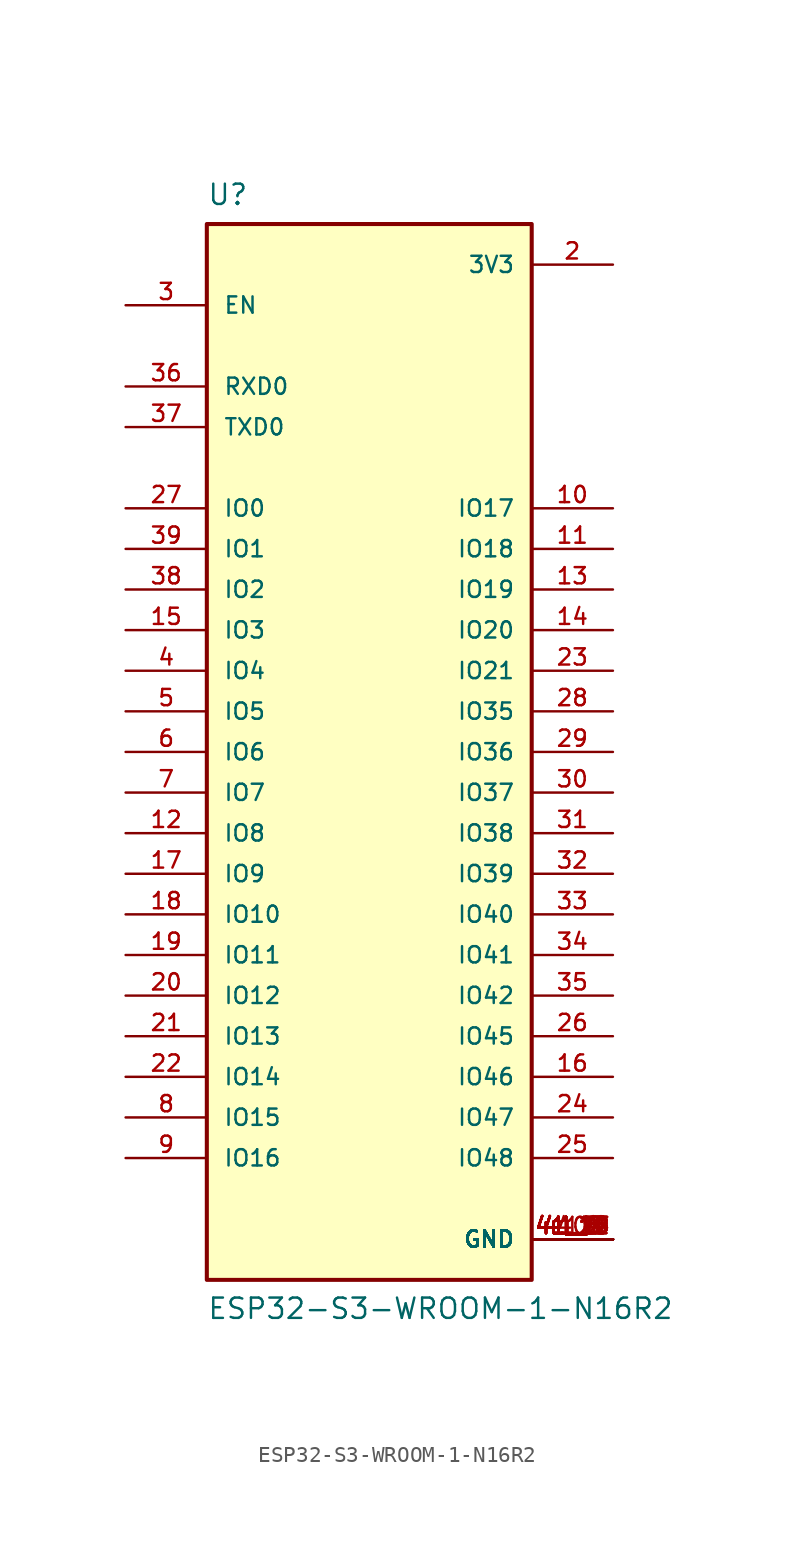
<source format=kicad_sym>
(kicad_symbol_lib
  (version 20220914)
  (generator kicad_symbol_editor)
  (symbol "ESP32-S3-WROOM-1-N16R2"
    (pin_names
      (offset 1.016))
    (property "Reference" "U"
      (at -10.16 34.112 0)
      (effects (font (size 1.27 1.27)) (justify left bottom)))
    (property "Value" "ESP32-S3-WROOM-1-N16R2"
      (at -10.16 -35.56 0)
      (effects (font (size 1.27 1.27)) (justify left bottom)))
    (symbol "ESP32-S3-WROOM-1-N16R2_0_0"
      (rectangle (start -10.16 -33.02) (end 10.16 33.02) (stroke (width 0.254) (type default)) (fill (type background)))
      (pin power_in line (at 15.24 -30.48 180) (length 5.08) (name "GND" (effects (font (size 1.016 1.016)))) (number "1" (effects (font (size 1.016 1.016)))))
      (pin bidirectional line (at 15.24 15.24 180) (length 5.08) (name "IO17" (effects (font (size 1.016 1.016)))) (number "10" (effects (font (size 1.016 1.016)))))
      (pin bidirectional line (at 15.24 12.7 180) (length 5.08) (name "IO18" (effects (font (size 1.016 1.016)))) (number "11" (effects (font (size 1.016 1.016)))))
      (pin bidirectional line (at -15.24 -5.08 0) (length 5.08) (name "IO8" (effects (font (size 1.016 1.016)))) (number "12" (effects (font (size 1.016 1.016)))))
      (pin bidirectional line (at 15.24 10.16 180) (length 5.08) (name "IO19" (effects (font (size 1.016 1.016)))) (number "13" (effects (font (size 1.016 1.016)))))
      (pin bidirectional line (at 15.24 7.62 180) (length 5.08) (name "IO20" (effects (font (size 1.016 1.016)))) (number "14" (effects (font (size 1.016 1.016)))))
      (pin bidirectional line (at -15.24 7.62 0) (length 5.08) (name "IO3" (effects (font (size 1.016 1.016)))) (number "15" (effects (font (size 1.016 1.016)))))
      (pin bidirectional line (at 15.24 -20.32 180) (length 5.08) (name "IO46" (effects (font (size 1.016 1.016)))) (number "16" (effects (font (size 1.016 1.016)))))
      (pin bidirectional line (at -15.24 -7.62 0) (length 5.08) (name "IO9" (effects (font (size 1.016 1.016)))) (number "17" (effects (font (size 1.016 1.016)))))
      (pin bidirectional line (at -15.24 -10.16 0) (length 5.08) (name "IO10" (effects (font (size 1.016 1.016)))) (number "18" (effects (font (size 1.016 1.016)))))
      (pin bidirectional line (at -15.24 -12.7 0) (length 5.08) (name "IO11" (effects (font (size 1.016 1.016)))) (number "19" (effects (font (size 1.016 1.016)))))
      (pin power_in line (at 15.24 30.48 180) (length 5.08) (name "3V3" (effects (font (size 1.016 1.016)))) (number "2" (effects (font (size 1.016 1.016)))))
      (pin bidirectional line (at -15.24 -15.24 0) (length 5.08) (name "IO12" (effects (font (size 1.016 1.016)))) (number "20" (effects (font (size 1.016 1.016)))))
      (pin bidirectional line (at -15.24 -17.78 0) (length 5.08) (name "IO13" (effects (font (size 1.016 1.016)))) (number "21" (effects (font (size 1.016 1.016)))))
      (pin bidirectional line (at -15.24 -20.32 0) (length 5.08) (name "IO14" (effects (font (size 1.016 1.016)))) (number "22" (effects (font (size 1.016 1.016)))))
      (pin bidirectional line (at 15.24 5.08 180) (length 5.08) (name "IO21" (effects (font (size 1.016 1.016)))) (number "23" (effects (font (size 1.016 1.016)))))
      (pin bidirectional line (at 15.24 -22.86 180) (length 5.08) (name "IO47" (effects (font (size 1.016 1.016)))) (number "24" (effects (font (size 1.016 1.016)))))
      (pin bidirectional line (at 15.24 -25.4 180) (length 5.08) (name "IO48" (effects (font (size 1.016 1.016)))) (number "25" (effects (font (size 1.016 1.016)))))
      (pin bidirectional line (at 15.24 -17.78 180) (length 5.08) (name "IO45" (effects (font (size 1.016 1.016)))) (number "26" (effects (font (size 1.016 1.016)))))
      (pin bidirectional line (at -15.24 15.24 0) (length 5.08) (name "IO0" (effects (font (size 1.016 1.016)))) (number "27" (effects (font (size 1.016 1.016)))))
      (pin bidirectional line (at 15.24 2.54 180) (length 5.08) (name "IO35" (effects (font (size 1.016 1.016)))) (number "28" (effects (font (size 1.016 1.016)))))
      (pin bidirectional line (at 15.24 0 180) (length 5.08) (name "IO36" (effects (font (size 1.016 1.016)))) (number "29" (effects (font (size 1.016 1.016)))))
      (pin input line (at -15.24 27.94 0) (length 5.08) (name "EN" (effects (font (size 1.016 1.016)))) (number "3" (effects (font (size 1.016 1.016)))))
      (pin bidirectional line (at 15.24 -2.54 180) (length 5.08) (name "IO37" (effects (font (size 1.016 1.016)))) (number "30" (effects (font (size 1.016 1.016)))))
      (pin bidirectional line (at 15.24 -5.08 180) (length 5.08) (name "IO38" (effects (font (size 1.016 1.016)))) (number "31" (effects (font (size 1.016 1.016)))))
      (pin bidirectional line (at 15.24 -7.62 180) (length 5.08) (name "IO39" (effects (font (size 1.016 1.016)))) (number "32" (effects (font (size 1.016 1.016)))))
      (pin bidirectional line (at 15.24 -10.16 180) (length 5.08) (name "IO40" (effects (font (size 1.016 1.016)))) (number "33" (effects (font (size 1.016 1.016)))))
      (pin bidirectional line (at 15.24 -12.7 180) (length 5.08) (name "IO41" (effects (font (size 1.016 1.016)))) (number "34" (effects (font (size 1.016 1.016)))))
      (pin bidirectional line (at 15.24 -15.24 180) (length 5.08) (name "IO42" (effects (font (size 1.016 1.016)))) (number "35" (effects (font (size 1.016 1.016)))))
      (pin bidirectional line (at -15.24 22.86 0) (length 5.08) (name "RXD0" (effects (font (size 1.016 1.016)))) (number "36" (effects (font (size 1.016 1.016)))))
      (pin bidirectional line (at -15.24 20.32 0) (length 5.08) (name "TXD0" (effects (font (size 1.016 1.016)))) (number "37" (effects (font (size 1.016 1.016)))))
      (pin bidirectional line (at -15.24 10.16 0) (length 5.08) (name "IO2" (effects (font (size 1.016 1.016)))) (number "38" (effects (font (size 1.016 1.016)))))
      (pin bidirectional line (at -15.24 12.7 0) (length 5.08) (name "IO1" (effects (font (size 1.016 1.016)))) (number "39" (effects (font (size 1.016 1.016)))))
      (pin bidirectional line (at -15.24 5.08 0) (length 5.08) (name "IO4" (effects (font (size 1.016 1.016)))) (number "4" (effects (font (size 1.016 1.016)))))
      (pin power_in line (at 15.24 -30.48 180) (length 5.08) (name "GND" (effects (font (size 1.016 1.016)))) (number "40" (effects (font (size 1.016 1.016)))))
      (pin power_in line (at 15.24 -30.48 180) (length 5.08) (name "GND" (effects (font (size 1.016 1.016)))) (number "41_1" (effects (font (size 1.016 1.016)))))
      (pin power_in line (at 15.24 -30.48 180) (length 5.08) (name "GND" (effects (font (size 1.016 1.016)))) (number "41_2" (effects (font (size 1.016 1.016)))))
      (pin power_in line (at 15.24 -30.48 180) (length 5.08) (name "GND" (effects (font (size 1.016 1.016)))) (number "41_3" (effects (font (size 1.016 1.016)))))
      (pin power_in line (at 15.24 -30.48 180) (length 5.08) (name "GND" (effects (font (size 1.016 1.016)))) (number "41_4" (effects (font (size 1.016 1.016)))))
      (pin power_in line (at 15.24 -30.48 180) (length 5.08) (name "GND" (effects (font (size 1.016 1.016)))) (number "41_5" (effects (font (size 1.016 1.016)))))
      (pin power_in line (at 15.24 -30.48 180) (length 5.08) (name "GND" (effects (font (size 1.016 1.016)))) (number "41_6" (effects (font (size 1.016 1.016)))))
      (pin power_in line (at 15.24 -30.48 180) (length 5.08) (name "GND" (effects (font (size 1.016 1.016)))) (number "41_7" (effects (font (size 1.016 1.016)))))
      (pin power_in line (at 15.24 -30.48 180) (length 5.08) (name "GND" (effects (font (size 1.016 1.016)))) (number "41_8" (effects (font (size 1.016 1.016)))))
      (pin power_in line (at 15.24 -30.48 180) (length 5.08) (name "GND" (effects (font (size 1.016 1.016)))) (number "41_9" (effects (font (size 1.016 1.016)))))
      (pin bidirectional line (at -15.24 2.54 0) (length 5.08) (name "IO5" (effects (font (size 1.016 1.016)))) (number "5" (effects (font (size 1.016 1.016)))))
      (pin bidirectional line (at -15.24 0 0) (length 5.08) (name "IO6" (effects (font (size 1.016 1.016)))) (number "6" (effects (font (size 1.016 1.016)))))
      (pin bidirectional line (at -15.24 -2.54 0) (length 5.08) (name "IO7" (effects (font (size 1.016 1.016)))) (number "7" (effects (font (size 1.016 1.016)))))
      (pin bidirectional line (at -15.24 -22.86 0) (length 5.08) (name "IO15" (effects (font (size 1.016 1.016)))) (number "8" (effects (font (size 1.016 1.016)))))
      (pin bidirectional line (at -15.24 -25.4 0) (length 5.08) (name "IO16" (effects (font (size 1.016 1.016)))) (number "9" (effects (font (size 1.016 1.016))))))
    (symbol "ESP32-S3-WROOM-1-N16R2_1_0"
      (pin power_in line (at 15.24 -30.48 180) (length 5.08) (name "GND" (effects (font (size 1.016 1.016)))) (number "41_10" (effects (font (size 1.016 1.016)))))
      (pin power_in line (at 15.24 -30.48 180) (length 5.08) (name "GND" (effects (font (size 1.016 1.016)))) (number "41_11" (effects (font (size 1.016 1.016)))))
      (pin power_in line (at 15.24 -30.48 180) (length 5.08) (name "GND" (effects (font (size 1.016 1.016)))) (number "41_12" (effects (font (size 1.016 1.016)))))
      (pin power_in line (at 15.24 -30.48 180) (length 5.08) (name "GND" (effects (font (size 1.016 1.016)))) (number "41_13" (effects (font (size 1.016 1.016)))))
      (pin power_in line (at 15.24 -30.48 180) (length 5.08) (name "GND" (effects (font (size 1.016 1.016)))) (number "41_14" (effects (font (size 1.016 1.016)))))
      (pin power_in line (at 15.24 -30.48 180) (length 5.08) (name "GND" (effects (font (size 1.016 1.016)))) (number "41_15" (effects (font (size 1.016 1.016)))))
      (pin power_in line (at 15.24 -30.48 180) (length 5.08) (name "GND" (effects (font (size 1.016 1.016)))) (number "41_16" (effects (font (size 1.016 1.016)))))
      (pin power_in line (at 15.24 -30.48 180) (length 5.08) (name "GND" (effects (font (size 1.016 1.016)))) (number "41_17" (effects (font (size 1.016 1.016)))))
      (pin power_in line (at 15.24 -30.48 180) (length 5.08) (name "GND" (effects (font (size 1.016 1.016)))) (number "41_18" (effects (font (size 1.016 1.016)))))
      (pin power_in line (at 15.24 -30.48 180) (length 5.08) (name "GND" (effects (font (size 1.016 1.016)))) (number "41_19" (effects (font (size 1.016 1.016)))))
      (pin power_in line (at 15.24 -30.48 180) (length 5.08) (name "GND" (effects (font (size 1.016 1.016)))) (number "41_20" (effects (font (size 1.016 1.016)))))
      (pin power_in line (at 15.24 -30.48 180) (length 5.08) (name "GND" (effects (font (size 1.016 1.016)))) (number "41_21" (effects (font (size 1.016 1.016))))))))
</source>
